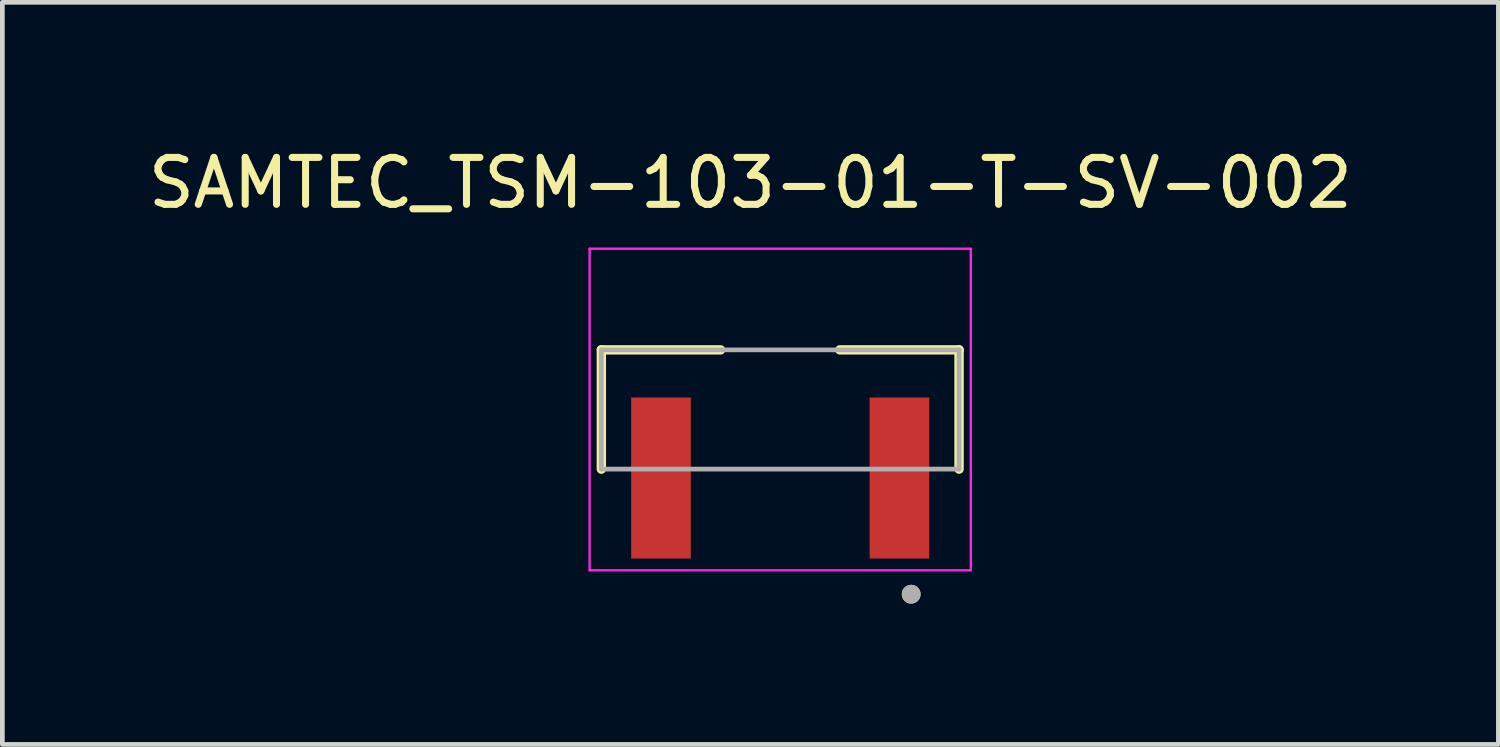
<source format=kicad_pcb>
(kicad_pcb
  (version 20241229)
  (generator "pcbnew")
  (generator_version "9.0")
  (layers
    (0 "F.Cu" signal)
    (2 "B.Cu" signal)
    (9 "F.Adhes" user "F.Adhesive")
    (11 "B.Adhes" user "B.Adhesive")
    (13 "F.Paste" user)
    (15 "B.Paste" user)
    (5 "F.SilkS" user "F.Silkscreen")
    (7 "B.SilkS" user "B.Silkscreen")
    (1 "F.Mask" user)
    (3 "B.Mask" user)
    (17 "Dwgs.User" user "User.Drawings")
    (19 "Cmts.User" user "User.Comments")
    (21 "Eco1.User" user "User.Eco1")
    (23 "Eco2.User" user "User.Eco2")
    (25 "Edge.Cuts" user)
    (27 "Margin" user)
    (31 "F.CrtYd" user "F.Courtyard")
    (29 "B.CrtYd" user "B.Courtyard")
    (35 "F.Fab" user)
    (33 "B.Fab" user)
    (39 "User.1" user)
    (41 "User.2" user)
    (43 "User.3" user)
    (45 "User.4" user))
  (footprint "SAMTEC_TSM-103-01-T-SV-002"
    (layer "F.Cu")
    (at 13.57 5.673)
    (property "Reference" "SAMTEC_TSM-103-01-T-SV-002" (at -0.635 -4.825 0) (layer "F.SilkS") (effects (font (size 1 1) (thickness 0.15))))
    (attr smd)
    (fp_line (start -3.81 -1.27) (end -1.27 -1.27) (stroke (width 0.2) (type solid)) (layer "F.SilkS"))
    (fp_line (start -3.81 1.27) (end -3.81 -1.27) (stroke (width 0.2) (type solid)) (layer "F.SilkS"))
    (fp_line (start 1.27 -1.27) (end 3.81 -1.27) (stroke (width 0.2) (type solid)) (layer "F.SilkS"))
    (fp_line (start 3.81 -1.27) (end 3.81 1.27) (stroke (width 0.2) (type solid)) (layer "F.SilkS"))
    (fp_circle (center 2.79 3.935) (end 2.89 3.935) (stroke (width 0.2) (type solid)) (fill no) (layer "F.SilkS"))
    (fp_line (start -4.06 -3.425) (end 4.06 -3.425) (stroke (width 0.05) (type solid)) (layer "F.CrtYd"))
    (fp_line (start -4.06 3.425) (end -4.06 -3.425) (stroke (width 0.05) (type solid)) (layer "F.CrtYd"))
    (fp_line (start 4.06 -3.425) (end 4.06 3.425) (stroke (width 0.05) (type solid)) (layer "F.CrtYd"))
    (fp_line (start 4.06 3.425) (end -4.06 3.425) (stroke (width 0.05) (type solid)) (layer "F.CrtYd"))
    (fp_line (start -3.81 -1.27) (end 3.81 -1.27) (stroke (width 0.1) (type solid)) (layer "F.Fab"))
    (fp_line (start -3.81 1.27) (end -3.81 -1.27) (stroke (width 0.1) (type solid)) (layer "F.Fab"))
    (fp_line (start 3.81 -1.27) (end 3.81 1.27) (stroke (width 0.1) (type solid)) (layer "F.Fab"))
    (fp_line (start 3.81 1.27) (end -3.81 1.27) (stroke (width 0.1) (type solid)) (layer "F.Fab"))
    (fp_circle (center 2.79 3.935) (end 2.89 3.935) (stroke (width 0.2) (type solid)) (fill no) (layer "F.Fab"))
    (pad "01" smd rect (at 2.54 1.46) (size 1.27 3.43) (layers "F.Cu" "F.Mask" "F.Paste"))
    (pad "03" smd rect (at -2.54 1.46) (size 1.27 3.43) (layers "F.Cu" "F.Mask" "F.Paste")))
  (gr_rect
    (start -3 -3)
    (end 28.869 12.808)
    (stroke (width 0.1) (type default))
    (fill no)
    (layer "Edge.Cuts")))
</source>
